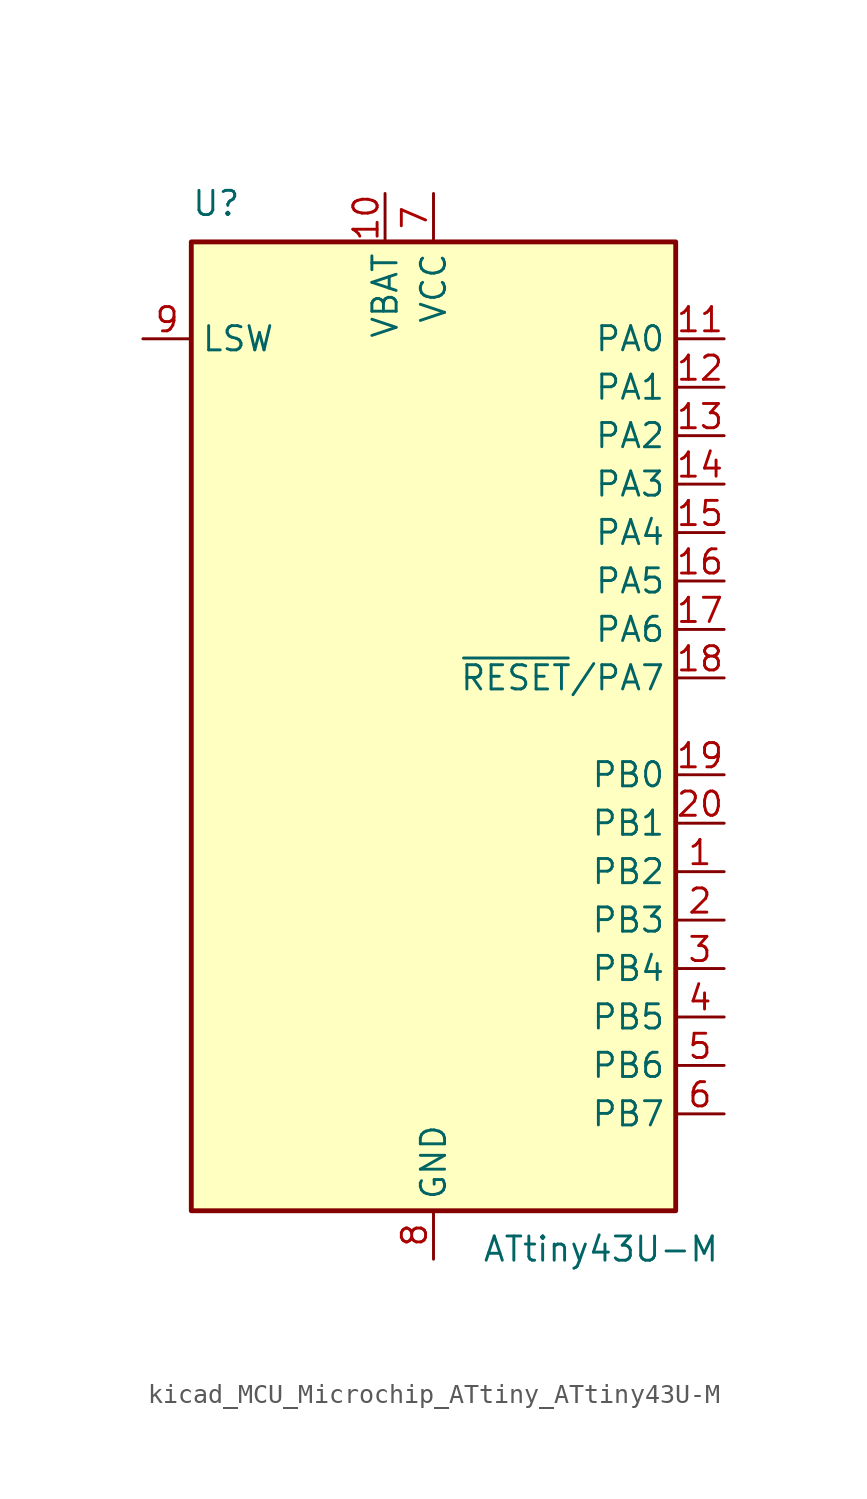
<source format=kicad_sym>
(kicad_symbol_lib
  (version 20220914)
  (generator kicad_symbol_editor)
  (symbol "kicad_MCU_Microchip_ATtiny_ATtiny43U-M"
    (property "Reference" "U"
      (at -12.7 26.67 0)
      (effects (font (size 1.27 1.27)) (justify left bottom)))
    (property "Value" "ATtiny43U-M"
      (at 2.54 -26.67 0)
      (effects (font (size 1.27 1.27)) (justify left top)))
    (symbol "kicad_MCU_Microchip_ATtiny_ATtiny43U-M_0_1"
      (rectangle (start -12.7 -25.4) (end 12.7 25.4) (stroke (width 0.254) (type default)) (fill (type background))))
    (symbol "kicad_MCU_Microchip_ATtiny_ATtiny43U-M_1_1"
      (pin bidirectional line (at 15.24 -7.62 180) (length 2.54) (name "PB2" (effects (font (size 1.27 1.27)))) (number "1" (effects (font (size 1.27 1.27)))))
      (pin power_in line (at -2.54 27.94 270) (length 2.54) (name "VBAT" (effects (font (size 1.27 1.27)))) (number "10" (effects (font (size 1.27 1.27)))))
      (pin bidirectional line (at 15.24 20.32 180) (length 2.54) (name "PA0" (effects (font (size 1.27 1.27)))) (number "11" (effects (font (size 1.27 1.27)))))
      (pin bidirectional line (at 15.24 17.78 180) (length 2.54) (name "PA1" (effects (font (size 1.27 1.27)))) (number "12" (effects (font (size 1.27 1.27)))))
      (pin bidirectional line (at 15.24 15.24 180) (length 2.54) (name "PA2" (effects (font (size 1.27 1.27)))) (number "13" (effects (font (size 1.27 1.27)))))
      (pin bidirectional line (at 15.24 12.7 180) (length 2.54) (name "PA3" (effects (font (size 1.27 1.27)))) (number "14" (effects (font (size 1.27 1.27)))))
      (pin bidirectional line (at 15.24 10.16 180) (length 2.54) (name "PA4" (effects (font (size 1.27 1.27)))) (number "15" (effects (font (size 1.27 1.27)))))
      (pin bidirectional line (at 15.24 7.62 180) (length 2.54) (name "PA5" (effects (font (size 1.27 1.27)))) (number "16" (effects (font (size 1.27 1.27)))))
      (pin bidirectional line (at 15.24 5.08 180) (length 2.54) (name "PA6" (effects (font (size 1.27 1.27)))) (number "17" (effects (font (size 1.27 1.27)))))
      (pin bidirectional line (at 15.24 2.54 180) (length 2.54) (name "~{RESET}/PA7" (effects (font (size 1.27 1.27)))) (number "18" (effects (font (size 1.27 1.27)))))
      (pin bidirectional line (at 15.24 -2.54 180) (length 2.54) (name "PB0" (effects (font (size 1.27 1.27)))) (number "19" (effects (font (size 1.27 1.27)))))
      (pin bidirectional line (at 15.24 -10.16 180) (length 2.54) (name "PB3" (effects (font (size 1.27 1.27)))) (number "2" (effects (font (size 1.27 1.27)))))
      (pin bidirectional line (at 15.24 -5.08 180) (length 2.54) (name "PB1" (effects (font (size 1.27 1.27)))) (number "20" (effects (font (size 1.27 1.27)))))
      (pin passive line (at 0 -27.94 90) (length 2.54) hide (name "GND" (effects (font (size 1.27 1.27)))) (number "21" (effects (font (size 1.27 1.27)))))
      (pin bidirectional line (at 15.24 -12.7 180) (length 2.54) (name "PB4" (effects (font (size 1.27 1.27)))) (number "3" (effects (font (size 1.27 1.27)))))
      (pin bidirectional line (at 15.24 -15.24 180) (length 2.54) (name "PB5" (effects (font (size 1.27 1.27)))) (number "4" (effects (font (size 1.27 1.27)))))
      (pin bidirectional line (at 15.24 -17.78 180) (length 2.54) (name "PB6" (effects (font (size 1.27 1.27)))) (number "5" (effects (font (size 1.27 1.27)))))
      (pin bidirectional line (at 15.24 -20.32 180) (length 2.54) (name "PB7" (effects (font (size 1.27 1.27)))) (number "6" (effects (font (size 1.27 1.27)))))
      (pin power_in line (at 0 27.94 270) (length 2.54) (name "VCC" (effects (font (size 1.27 1.27)))) (number "7" (effects (font (size 1.27 1.27)))))
      (pin power_in line (at 0 -27.94 90) (length 2.54) (name "GND" (effects (font (size 1.27 1.27)))) (number "8" (effects (font (size 1.27 1.27)))))
      (pin passive line (at -15.24 20.32 0) (length 2.54) (name "LSW" (effects (font (size 1.27 1.27)))) (number "9" (effects (font (size 1.27 1.27))))))))
</source>
